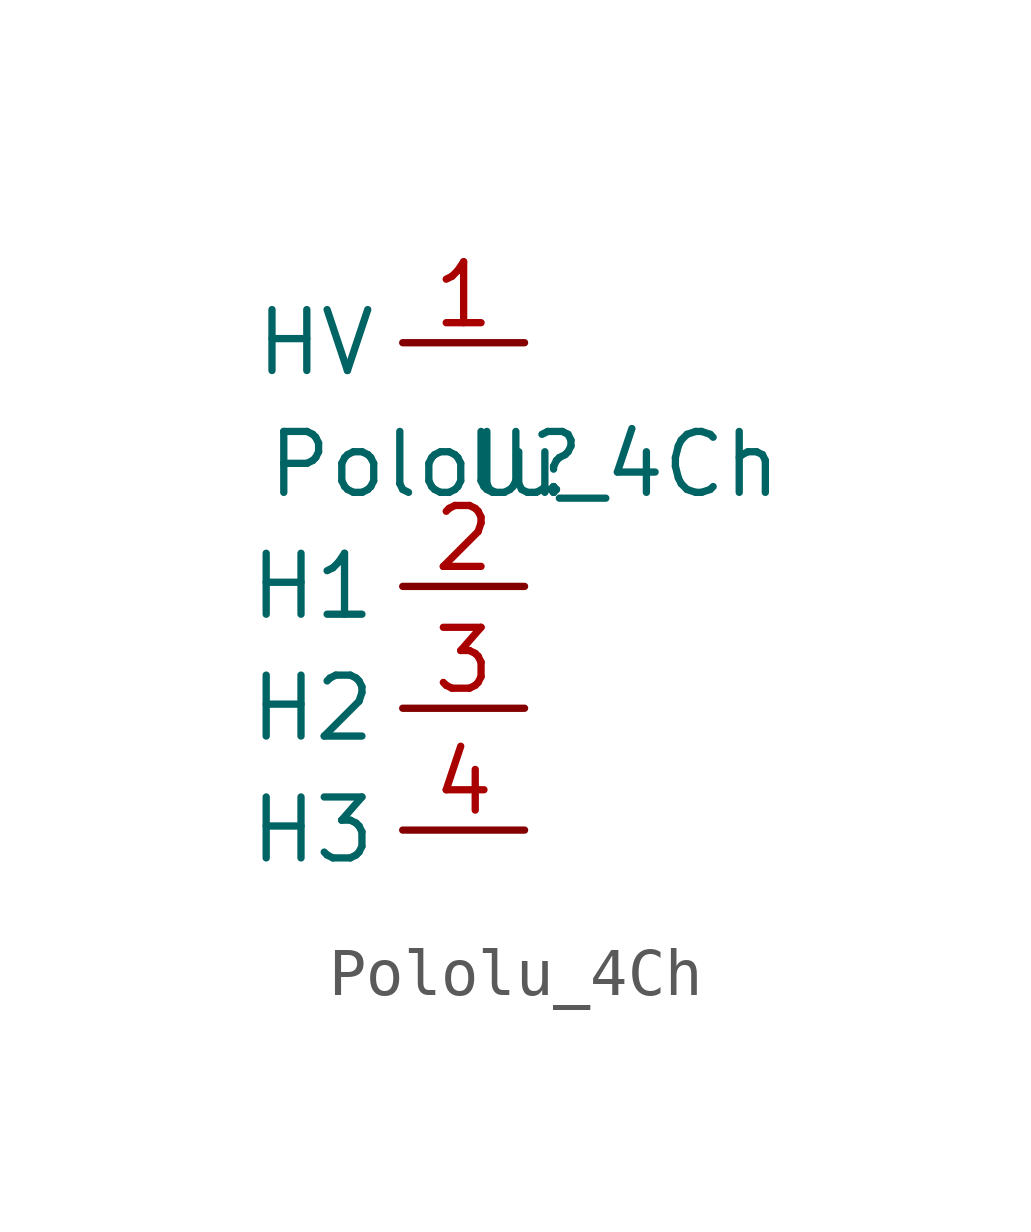
<source format=kicad_sym>
(kicad_symbol_lib
  (version 20211014)
  (generator kicad_symbol_editor)
  (symbol "Pololu_4Ch"
    (property "Reference" "U"
      (at 0 0 0)
      (effects (font (size 1.27 1.27))))
    (property "Value" "Pololu_4Ch"
      (at 0 0 0)
      (effects (font (size 1.27 1.27))))
    (symbol "Pololu_4Ch_1_1"
      (pin power_in line (at 0 2.54 180) (length 2.54) (name "HV" (effects (font (size 1.27 1.27)))) (number "1" (effects (font (size 1.27 1.27)))))
      (pin output line (at 0 -2.54 180) (length 2.54) (name "H1" (effects (font (size 1.27 1.27)))) (number "2" (effects (font (size 1.27 1.27)))))
      (pin output line (at 0 -5.08 180) (length 2.54) (name "H2" (effects (font (size 1.27 1.27)))) (number "3" (effects (font (size 1.27 1.27)))))
      (pin output line (at 0 -7.62 180) (length 2.54) (name "H3" (effects (font (size 1.27 1.27)))) (number "4" (effects (font (size 1.27 1.27))))))))
</source>
